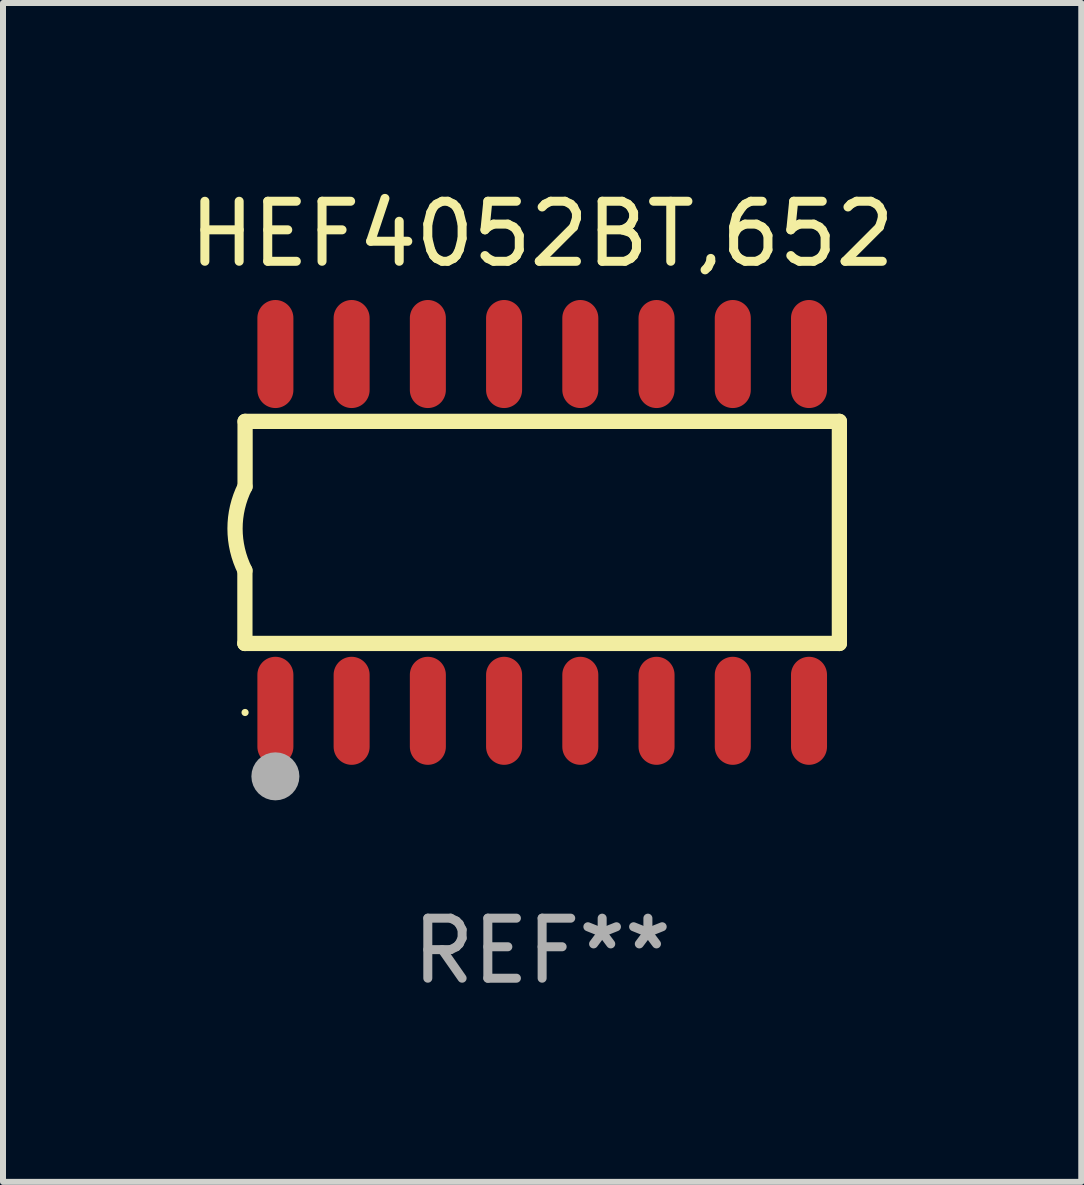
<source format=kicad_pcb>
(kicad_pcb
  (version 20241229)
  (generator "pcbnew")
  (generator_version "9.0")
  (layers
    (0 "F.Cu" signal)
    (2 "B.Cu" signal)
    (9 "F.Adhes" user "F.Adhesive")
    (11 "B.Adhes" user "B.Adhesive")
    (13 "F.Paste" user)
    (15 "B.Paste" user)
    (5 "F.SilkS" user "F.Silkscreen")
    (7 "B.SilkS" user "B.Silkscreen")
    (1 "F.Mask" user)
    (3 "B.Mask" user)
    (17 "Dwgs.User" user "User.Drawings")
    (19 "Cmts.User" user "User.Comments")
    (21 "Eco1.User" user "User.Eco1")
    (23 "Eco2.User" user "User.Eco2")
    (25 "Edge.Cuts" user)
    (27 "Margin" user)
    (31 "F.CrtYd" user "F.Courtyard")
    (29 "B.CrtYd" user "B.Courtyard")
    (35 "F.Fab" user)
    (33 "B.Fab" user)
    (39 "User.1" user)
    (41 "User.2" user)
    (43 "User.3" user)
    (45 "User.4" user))
  (footprint "HEF4052BT,652"
    (layer "F.Cu")
    (at 5.982 5.82)
    (property "Reference" "HEF4052BT,652" (at 0 -4.972 0) (layer "F.SilkS") (effects (font (size 1 1) (thickness 0.15))))
    (attr through_hole)
    (fp_line (start -4.952 0.635) (end -4.952 1.85) (stroke (width 0.254) (type solid)) (layer "F.SilkS"))
    (fp_line (start -4.952 1.85) (end -4.949 1.85) (stroke (width 0.254) (type solid)) (layer "F.SilkS"))
    (fp_line (start -4.949 -1.85) (end -4.949 -0.762) (stroke (width 0.254) (type solid)) (layer "F.SilkS"))
    (fp_line (start -4.949 1.85) (end 4.952 1.85) (stroke (width 0.254) (type solid)) (layer "F.SilkS"))
    (fp_line (start 4.952 -1.85) (end -4.949 -1.85) (stroke (width 0.254) (type solid)) (layer "F.SilkS"))
    (fp_line (start 4.952 1.85) (end 4.952 -1.85) (stroke (width 0.254) (type solid)) (layer "F.SilkS"))
    (fp_arc (start -4.951524 0.635001) (mid -5.116418 -0.0635) (end -4.951524 -0.762002) (stroke (width 0.254001) (type solid)) (layer "F.SilkS"))
    (fp_circle (center -4.949 3) (end -4.919 3) (stroke (width 0.06) (type solid)) (fill no) (layer "F.SilkS"))
    (fp_circle (center -4.444 4.064) (end -4.244 4.064) (stroke (width 0.4) (type solid)) (fill no) (layer "F.Fab"))
    (fp_text user "REF**" (at 0 6.972 0) (layer "F.Fab") (effects (font (size 1 1) (thickness 0.15))))
    (pad "1" smd oval (at -4.444 2.972 180) (size 0.6 1.8) (layers "F.Cu" "F.Mask" "F.Paste"))
    (pad "2" smd oval (at -3.174 2.972 180) (size 0.6 1.8) (layers "F.Cu" "F.Mask" "F.Paste"))
    (pad "3" smd oval (at -1.904 2.972 180) (size 0.6 1.8) (layers "F.Cu" "F.Mask" "F.Paste"))
    (pad "4" smd oval (at -0.634 2.972 180) (size 0.6 1.8) (layers "F.Cu" "F.Mask" "F.Paste"))
    (pad "5" smd oval (at 0.636 2.972 180) (size 0.6 1.8) (layers "F.Cu" "F.Mask" "F.Paste"))
    (pad "6" smd oval (at 1.906 2.972 180) (size 0.6 1.8) (layers "F.Cu" "F.Mask" "F.Paste"))
    (pad "7" smd oval (at 3.176 2.972 180) (size 0.6 1.8) (layers "F.Cu" "F.Mask" "F.Paste"))
    (pad "8" smd oval (at 4.446 2.972 180) (size 0.6 1.8) (layers "F.Cu" "F.Mask" "F.Paste"))
    (pad "9" smd oval (at 4.446 -2.972 180) (size 0.6 1.8) (layers "F.Cu" "F.Mask" "F.Paste"))
    (pad "10" smd oval (at 3.176 -2.972 180) (size 0.6 1.8) (layers "F.Cu" "F.Mask" "F.Paste"))
    (pad "11" smd oval (at 1.906 -2.972 180) (size 0.6 1.8) (layers "F.Cu" "F.Mask" "F.Paste"))
    (pad "12" smd oval (at 0.636 -2.972 180) (size 0.6 1.8) (layers "F.Cu" "F.Mask" "F.Paste"))
    (pad "13" smd oval (at -0.634 -2.972 180) (size 0.6 1.8) (layers "F.Cu" "F.Mask" "F.Paste"))
    (pad "14" smd oval (at -1.904 -2.972 180) (size 0.6 1.8) (layers "F.Cu" "F.Mask" "F.Paste"))
    (pad "15" smd oval (at -3.174 -2.972 180) (size 0.6 1.8) (layers "F.Cu" "F.Mask" "F.Paste"))
    (pad "16" smd oval (at -4.444 -2.972 180) (size 0.6 1.8) (layers "F.Cu" "F.Mask" "F.Paste")))
  (gr_rect
    (start -3 -3)
    (end 14.964 16.64)
    (stroke (width 0.1) (type default))
    (fill no)
    (layer "Edge.Cuts")))
</source>
